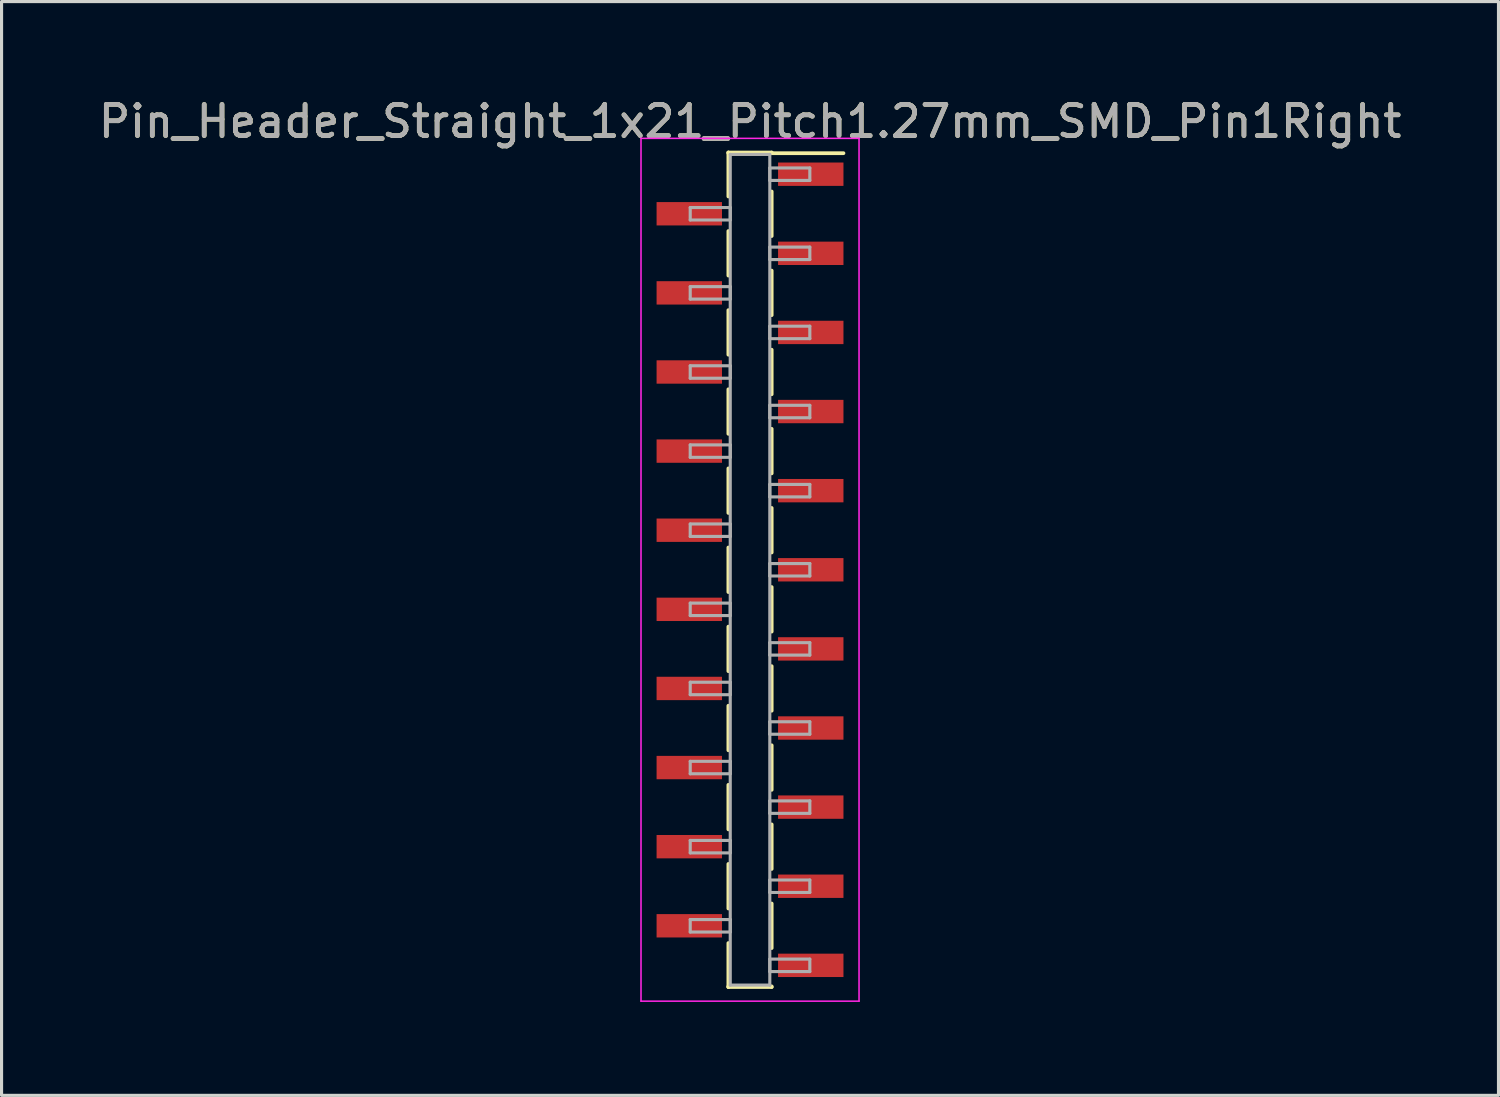
<source format=kicad_pcb>
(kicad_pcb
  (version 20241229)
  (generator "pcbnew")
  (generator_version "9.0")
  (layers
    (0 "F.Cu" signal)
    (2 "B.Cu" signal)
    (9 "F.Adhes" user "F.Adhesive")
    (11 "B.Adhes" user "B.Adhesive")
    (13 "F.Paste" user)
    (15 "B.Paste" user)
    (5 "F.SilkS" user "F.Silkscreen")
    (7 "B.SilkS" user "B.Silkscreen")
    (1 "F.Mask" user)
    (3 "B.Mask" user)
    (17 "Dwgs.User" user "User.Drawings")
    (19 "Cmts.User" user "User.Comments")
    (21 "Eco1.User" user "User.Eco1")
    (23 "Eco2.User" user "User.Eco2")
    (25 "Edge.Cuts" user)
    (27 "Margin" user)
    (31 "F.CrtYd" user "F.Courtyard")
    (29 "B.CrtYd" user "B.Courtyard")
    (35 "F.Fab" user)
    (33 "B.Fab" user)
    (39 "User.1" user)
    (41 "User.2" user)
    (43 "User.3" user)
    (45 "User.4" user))
  (footprint "Pin_Header_Straight_1x21_Pitch1.27mm_SMD_Pin1Right"
    (layer "F.Cu")
    (at 21.03 15.243)
    (property "Reference" "Pin_Header_Straight_1x21_Pitch1.27mm_SMD_Pin1Right" (at 0 -14.395 0) (layer "F.SilkS") (effects (font (size 1 1) (thickness 0.15))))
    (attr smd)
    (fp_line (start -0.695 -13.395) (end -0.695 -11.985) (stroke (width 0.12) (type solid)) (layer "F.SilkS"))
    (fp_line (start -0.695 -13.395) (end 0.695 -13.395) (stroke (width 0.12) (type solid)) (layer "F.SilkS"))
    (fp_line (start -0.695 -13.375) (end -0.695 -13.395) (stroke (width 0.12) (type solid)) (layer "F.SilkS"))
    (fp_line (start -0.695 -10.875) (end -0.695 -9.445) (stroke (width 0.12) (type solid)) (layer "F.SilkS"))
    (fp_line (start -0.695 -8.335) (end -0.695 -6.905) (stroke (width 0.12) (type solid)) (layer "F.SilkS"))
    (fp_line (start -0.695 -5.795) (end -0.695 -4.365) (stroke (width 0.12) (type solid)) (layer "F.SilkS"))
    (fp_line (start -0.695 -3.255) (end -0.695 -1.825) (stroke (width 0.12) (type solid)) (layer "F.SilkS"))
    (fp_line (start -0.695 -0.715) (end -0.695 0.715) (stroke (width 0.12) (type solid)) (layer "F.SilkS"))
    (fp_line (start -0.695 1.825) (end -0.695 3.255) (stroke (width 0.12) (type solid)) (layer "F.SilkS"))
    (fp_line (start -0.695 4.365) (end -0.695 5.795) (stroke (width 0.12) (type solid)) (layer "F.SilkS"))
    (fp_line (start -0.695 6.905) (end -0.695 8.335) (stroke (width 0.12) (type solid)) (layer "F.SilkS"))
    (fp_line (start -0.695 9.445) (end -0.695 10.875) (stroke (width 0.12) (type solid)) (layer "F.SilkS"))
    (fp_line (start -0.695 11.985) (end -0.695 13.395) (stroke (width 0.12) (type solid)) (layer "F.SilkS"))
    (fp_line (start -0.695 13.375) (end -0.695 13.395) (stroke (width 0.12) (type solid)) (layer "F.SilkS"))
    (fp_line (start -0.695 13.395) (end 0.695 13.395) (stroke (width 0.12) (type solid)) (layer "F.SilkS"))
    (fp_line (start 0.695 -13.395) (end 0.695 -13.375) (stroke (width 0.12) (type solid)) (layer "F.SilkS"))
    (fp_line (start 0.695 -13.375) (end 3 -13.375) (stroke (width 0.12) (type solid)) (layer "F.SilkS"))
    (fp_line (start 0.695 -12.145) (end 0.695 -10.715) (stroke (width 0.12) (type solid)) (layer "F.SilkS"))
    (fp_line (start 0.695 -9.605) (end 0.695 -8.175) (stroke (width 0.12) (type solid)) (layer "F.SilkS"))
    (fp_line (start 0.695 -7.065) (end 0.695 -5.635) (stroke (width 0.12) (type solid)) (layer "F.SilkS"))
    (fp_line (start 0.695 -4.525) (end 0.695 -3.095) (stroke (width 0.12) (type solid)) (layer "F.SilkS"))
    (fp_line (start 0.695 -1.985) (end 0.695 -0.555) (stroke (width 0.12) (type solid)) (layer "F.SilkS"))
    (fp_line (start 0.695 0.555) (end 0.695 1.985) (stroke (width 0.12) (type solid)) (layer "F.SilkS"))
    (fp_line (start 0.695 3.095) (end 0.695 4.525) (stroke (width 0.12) (type solid)) (layer "F.SilkS"))
    (fp_line (start 0.695 5.635) (end 0.695 7.065) (stroke (width 0.12) (type solid)) (layer "F.SilkS"))
    (fp_line (start 0.695 8.175) (end 0.695 9.605) (stroke (width 0.12) (type solid)) (layer "F.SilkS"))
    (fp_line (start 0.695 10.715) (end 0.695 12.145) (stroke (width 0.12) (type solid)) (layer "F.SilkS"))
    (fp_line (start 0.695 13.395) (end 0.695 13.375) (stroke (width 0.12) (type solid)) (layer "F.SilkS"))
    (fp_line (start -3.5 -13.85) (end -3.5 13.85) (stroke (width 0.05) (type solid)) (layer "F.CrtYd"))
    (fp_line (start -3.5 13.85) (end 3.5 13.85) (stroke (width 0.05) (type solid)) (layer "F.CrtYd"))
    (fp_line (start 3.5 -13.85) (end -3.5 -13.85) (stroke (width 0.05) (type solid)) (layer "F.CrtYd"))
    (fp_line (start 3.5 13.85) (end 3.5 -13.85) (stroke (width 0.05) (type solid)) (layer "F.CrtYd"))
    (fp_line (start -1.92 -11.63) (end -0.635 -11.63) (stroke (width 0.1) (type solid)) (layer "F.Fab"))
    (fp_line (start -1.92 -11.23) (end -1.92 -11.63) (stroke (width 0.1) (type solid)) (layer "F.Fab"))
    (fp_line (start -1.92 -9.09) (end -0.635 -9.09) (stroke (width 0.1) (type solid)) (layer "F.Fab"))
    (fp_line (start -1.92 -8.69) (end -1.92 -9.09) (stroke (width 0.1) (type solid)) (layer "F.Fab"))
    (fp_line (start -1.92 -6.55) (end -0.635 -6.55) (stroke (width 0.1) (type solid)) (layer "F.Fab"))
    (fp_line (start -1.92 -6.15) (end -1.92 -6.55) (stroke (width 0.1) (type solid)) (layer "F.Fab"))
    (fp_line (start -1.92 -4.01) (end -0.635 -4.01) (stroke (width 0.1) (type solid)) (layer "F.Fab"))
    (fp_line (start -1.92 -3.61) (end -1.92 -4.01) (stroke (width 0.1) (type solid)) (layer "F.Fab"))
    (fp_line (start -1.92 -1.47) (end -0.635 -1.47) (stroke (width 0.1) (type solid)) (layer "F.Fab"))
    (fp_line (start -1.92 -1.07) (end -1.92 -1.47) (stroke (width 0.1) (type solid)) (layer "F.Fab"))
    (fp_line (start -1.92 1.07) (end -0.635 1.07) (stroke (width 0.1) (type solid)) (layer "F.Fab"))
    (fp_line (start -1.92 1.47) (end -1.92 1.07) (stroke (width 0.1) (type solid)) (layer "F.Fab"))
    (fp_line (start -1.92 3.61) (end -0.635 3.61) (stroke (width 0.1) (type solid)) (layer "F.Fab"))
    (fp_line (start -1.92 4.01) (end -1.92 3.61) (stroke (width 0.1) (type solid)) (layer "F.Fab"))
    (fp_line (start -1.92 6.15) (end -0.635 6.15) (stroke (width 0.1) (type solid)) (layer "F.Fab"))
    (fp_line (start -1.92 6.55) (end -1.92 6.15) (stroke (width 0.1) (type solid)) (layer "F.Fab"))
    (fp_line (start -1.92 8.69) (end -0.635 8.69) (stroke (width 0.1) (type solid)) (layer "F.Fab"))
    (fp_line (start -1.92 9.09) (end -1.92 8.69) (stroke (width 0.1) (type solid)) (layer "F.Fab"))
    (fp_line (start -1.92 11.23) (end -0.635 11.23) (stroke (width 0.1) (type solid)) (layer "F.Fab"))
    (fp_line (start -1.92 11.63) (end -1.92 11.23) (stroke (width 0.1) (type solid)) (layer "F.Fab"))
    (fp_line (start -0.635 -13.335) (end -0.635 13.335) (stroke (width 0.1) (type solid)) (layer "F.Fab"))
    (fp_line (start -0.635 -11.63) (end -0.635 -11.23) (stroke (width 0.1) (type solid)) (layer "F.Fab"))
    (fp_line (start -0.635 -11.23) (end -1.92 -11.23) (stroke (width 0.1) (type solid)) (layer "F.Fab"))
    (fp_line (start -0.635 -9.09) (end -0.635 -8.69) (stroke (width 0.1) (type solid)) (layer "F.Fab"))
    (fp_line (start -0.635 -8.69) (end -1.92 -8.69) (stroke (width 0.1) (type solid)) (layer "F.Fab"))
    (fp_line (start -0.635 -6.55) (end -0.635 -6.15) (stroke (width 0.1) (type solid)) (layer "F.Fab"))
    (fp_line (start -0.635 -6.15) (end -1.92 -6.15) (stroke (width 0.1) (type solid)) (layer "F.Fab"))
    (fp_line (start -0.635 -4.01) (end -0.635 -3.61) (stroke (width 0.1) (type solid)) (layer "F.Fab"))
    (fp_line (start -0.635 -3.61) (end -1.92 -3.61) (stroke (width 0.1) (type solid)) (layer "F.Fab"))
    (fp_line (start -0.635 -1.47) (end -0.635 -1.07) (stroke (width 0.1) (type solid)) (layer "F.Fab"))
    (fp_line (start -0.635 -1.07) (end -1.92 -1.07) (stroke (width 0.1) (type solid)) (layer "F.Fab"))
    (fp_line (start -0.635 1.07) (end -0.635 1.47) (stroke (width 0.1) (type solid)) (layer "F.Fab"))
    (fp_line (start -0.635 1.47) (end -1.92 1.47) (stroke (width 0.1) (type solid)) (layer "F.Fab"))
    (fp_line (start -0.635 3.61) (end -0.635 4.01) (stroke (width 0.1) (type solid)) (layer "F.Fab"))
    (fp_line (start -0.635 4.01) (end -1.92 4.01) (stroke (width 0.1) (type solid)) (layer "F.Fab"))
    (fp_line (start -0.635 6.15) (end -0.635 6.55) (stroke (width 0.1) (type solid)) (layer "F.Fab"))
    (fp_line (start -0.635 6.55) (end -1.92 6.55) (stroke (width 0.1) (type solid)) (layer "F.Fab"))
    (fp_line (start -0.635 8.69) (end -0.635 9.09) (stroke (width 0.1) (type solid)) (layer "F.Fab"))
    (fp_line (start -0.635 9.09) (end -1.92 9.09) (stroke (width 0.1) (type solid)) (layer "F.Fab"))
    (fp_line (start -0.635 11.23) (end -0.635 11.63) (stroke (width 0.1) (type solid)) (layer "F.Fab"))
    (fp_line (start -0.635 11.63) (end -1.92 11.63) (stroke (width 0.1) (type solid)) (layer "F.Fab"))
    (fp_line (start -0.635 13.335) (end 0.635 13.335) (stroke (width 0.1) (type solid)) (layer "F.Fab"))
    (fp_line (start 0.635 -13.335) (end -0.635 -13.335) (stroke (width 0.1) (type solid)) (layer "F.Fab"))
    (fp_line (start 0.635 -12.9) (end 0.635 -12.5) (stroke (width 0.1) (type solid)) (layer "F.Fab"))
    (fp_line (start 0.635 -12.5) (end 1.92 -12.5) (stroke (width 0.1) (type solid)) (layer "F.Fab"))
    (fp_line (start 0.635 -10.36) (end 0.635 -9.96) (stroke (width 0.1) (type solid)) (layer "F.Fab"))
    (fp_line (start 0.635 -9.96) (end 1.92 -9.96) (stroke (width 0.1) (type solid)) (layer "F.Fab"))
    (fp_line (start 0.635 -7.82) (end 0.635 -7.42) (stroke (width 0.1) (type solid)) (layer "F.Fab"))
    (fp_line (start 0.635 -7.42) (end 1.92 -7.42) (stroke (width 0.1) (type solid)) (layer "F.Fab"))
    (fp_line (start 0.635 -5.28) (end 0.635 -4.88) (stroke (width 0.1) (type solid)) (layer "F.Fab"))
    (fp_line (start 0.635 -4.88) (end 1.92 -4.88) (stroke (width 0.1) (type solid)) (layer "F.Fab"))
    (fp_line (start 0.635 -2.74) (end 0.635 -2.34) (stroke (width 0.1) (type solid)) (layer "F.Fab"))
    (fp_line (start 0.635 -2.34) (end 1.92 -2.34) (stroke (width 0.1) (type solid)) (layer "F.Fab"))
    (fp_line (start 0.635 -0.2) (end 0.635 0.2) (stroke (width 0.1) (type solid)) (layer "F.Fab"))
    (fp_line (start 0.635 0.2) (end 1.92 0.2) (stroke (width 0.1) (type solid)) (layer "F.Fab"))
    (fp_line (start 0.635 2.34) (end 0.635 2.74) (stroke (width 0.1) (type solid)) (layer "F.Fab"))
    (fp_line (start 0.635 2.74) (end 1.92 2.74) (stroke (width 0.1) (type solid)) (layer "F.Fab"))
    (fp_line (start 0.635 4.88) (end 0.635 5.28) (stroke (width 0.1) (type solid)) (layer "F.Fab"))
    (fp_line (start 0.635 5.28) (end 1.92 5.28) (stroke (width 0.1) (type solid)) (layer "F.Fab"))
    (fp_line (start 0.635 7.42) (end 0.635 7.82) (stroke (width 0.1) (type solid)) (layer "F.Fab"))
    (fp_line (start 0.635 7.82) (end 1.92 7.82) (stroke (width 0.1) (type solid)) (layer "F.Fab"))
    (fp_line (start 0.635 9.96) (end 0.635 10.36) (stroke (width 0.1) (type solid)) (layer "F.Fab"))
    (fp_line (start 0.635 10.36) (end 1.92 10.36) (stroke (width 0.1) (type solid)) (layer "F.Fab"))
    (fp_line (start 0.635 12.5) (end 0.635 12.9) (stroke (width 0.1) (type solid)) (layer "F.Fab"))
    (fp_line (start 0.635 12.9) (end 1.92 12.9) (stroke (width 0.1) (type solid)) (layer "F.Fab"))
    (fp_line (start 0.635 13.335) (end 0.635 -13.335) (stroke (width 0.1) (type solid)) (layer "F.Fab"))
    (fp_line (start 1.92 -12.9) (end 0.635 -12.9) (stroke (width 0.1) (type solid)) (layer "F.Fab"))
    (fp_line (start 1.92 -12.5) (end 1.92 -12.9) (stroke (width 0.1) (type solid)) (layer "F.Fab"))
    (fp_line (start 1.92 -10.36) (end 0.635 -10.36) (stroke (width 0.1) (type solid)) (layer "F.Fab"))
    (fp_line (start 1.92 -9.96) (end 1.92 -10.36) (stroke (width 0.1) (type solid)) (layer "F.Fab"))
    (fp_line (start 1.92 -7.82) (end 0.635 -7.82) (stroke (width 0.1) (type solid)) (layer "F.Fab"))
    (fp_line (start 1.92 -7.42) (end 1.92 -7.82) (stroke (width 0.1) (type solid)) (layer "F.Fab"))
    (fp_line (start 1.92 -5.28) (end 0.635 -5.28) (stroke (width 0.1) (type solid)) (layer "F.Fab"))
    (fp_line (start 1.92 -4.88) (end 1.92 -5.28) (stroke (width 0.1) (type solid)) (layer "F.Fab"))
    (fp_line (start 1.92 -2.74) (end 0.635 -2.74) (stroke (width 0.1) (type solid)) (layer "F.Fab"))
    (fp_line (start 1.92 -2.34) (end 1.92 -2.74) (stroke (width 0.1) (type solid)) (layer "F.Fab"))
    (fp_line (start 1.92 -0.2) (end 0.635 -0.2) (stroke (width 0.1) (type solid)) (layer "F.Fab"))
    (fp_line (start 1.92 0.2) (end 1.92 -0.2) (stroke (width 0.1) (type solid)) (layer "F.Fab"))
    (fp_line (start 1.92 2.34) (end 0.635 2.34) (stroke (width 0.1) (type solid)) (layer "F.Fab"))
    (fp_line (start 1.92 2.74) (end 1.92 2.34) (stroke (width 0.1) (type solid)) (layer "F.Fab"))
    (fp_line (start 1.92 4.88) (end 0.635 4.88) (stroke (width 0.1) (type solid)) (layer "F.Fab"))
    (fp_line (start 1.92 5.28) (end 1.92 4.88) (stroke (width 0.1) (type solid)) (layer "F.Fab"))
    (fp_line (start 1.92 7.42) (end 0.635 7.42) (stroke (width 0.1) (type solid)) (layer "F.Fab"))
    (fp_line (start 1.92 7.82) (end 1.92 7.42) (stroke (width 0.1) (type solid)) (layer "F.Fab"))
    (fp_line (start 1.92 9.96) (end 0.635 9.96) (stroke (width 0.1) (type solid)) (layer "F.Fab"))
    (fp_line (start 1.92 10.36) (end 1.92 9.96) (stroke (width 0.1) (type solid)) (layer "F.Fab"))
    (fp_line (start 1.92 12.5) (end 0.635 12.5) (stroke (width 0.1) (type solid)) (layer "F.Fab"))
    (fp_line (start 1.92 12.9) (end 1.92 12.5) (stroke (width 0.1) (type solid)) (layer "F.Fab"))
    (fp_text user "${REFERENCE}" (at 0 -14.395 0) (layer "F.Fab") (effects (font (size 1 1) (thickness 0.15))))
    (pad "1" smd rect (at 1.95 -12.7) (size 2.1 0.75) (layers "F.Cu" "F.Mask" "F.Paste"))
    (pad "2" smd rect (at -1.95 -11.43) (size 2.1 0.75) (layers "F.Cu" "F.Mask" "F.Paste"))
    (pad "3" smd rect (at 1.95 -10.16) (size 2.1 0.75) (layers "F.Cu" "F.Mask" "F.Paste"))
    (pad "4" smd rect (at -1.95 -8.89) (size 2.1 0.75) (layers "F.Cu" "F.Mask" "F.Paste"))
    (pad "5" smd rect (at 1.95 -7.62) (size 2.1 0.75) (layers "F.Cu" "F.Mask" "F.Paste"))
    (pad "6" smd rect (at -1.95 -6.35) (size 2.1 0.75) (layers "F.Cu" "F.Mask" "F.Paste"))
    (pad "7" smd rect (at 1.95 -5.08) (size 2.1 0.75) (layers "F.Cu" "F.Mask" "F.Paste"))
    (pad "8" smd rect (at -1.95 -3.81) (size 2.1 0.75) (layers "F.Cu" "F.Mask" "F.Paste"))
    (pad "9" smd rect (at 1.95 -2.54) (size 2.1 0.75) (layers "F.Cu" "F.Mask" "F.Paste"))
    (pad "10" smd rect (at -1.95 -1.27) (size 2.1 0.75) (layers "F.Cu" "F.Mask" "F.Paste"))
    (pad "11" smd rect (at 1.95 0) (size 2.1 0.75) (layers "F.Cu" "F.Mask" "F.Paste"))
    (pad "12" smd rect (at -1.95 1.27) (size 2.1 0.75) (layers "F.Cu" "F.Mask" "F.Paste"))
    (pad "13" smd rect (at 1.95 2.54) (size 2.1 0.75) (layers "F.Cu" "F.Mask" "F.Paste"))
    (pad "14" smd rect (at -1.95 3.81) (size 2.1 0.75) (layers "F.Cu" "F.Mask" "F.Paste"))
    (pad "15" smd rect (at 1.95 5.08) (size 2.1 0.75) (layers "F.Cu" "F.Mask" "F.Paste"))
    (pad "16" smd rect (at -1.95 6.35) (size 2.1 0.75) (layers "F.Cu" "F.Mask" "F.Paste"))
    (pad "17" smd rect (at 1.95 7.62) (size 2.1 0.75) (layers "F.Cu" "F.Mask" "F.Paste"))
    (pad "18" smd rect (at -1.95 8.89) (size 2.1 0.75) (layers "F.Cu" "F.Mask" "F.Paste"))
    (pad "19" smd rect (at 1.95 10.16) (size 2.1 0.75) (layers "F.Cu" "F.Mask" "F.Paste"))
    (pad "20" smd rect (at -1.95 11.43) (size 2.1 0.75) (layers "F.Cu" "F.Mask" "F.Paste"))
    (pad "21" smd rect (at 1.95 12.7) (size 2.1 0.75) (layers "F.Cu" "F.Mask" "F.Paste")))
  (gr_rect
    (start -3 -3)
    (end 45.06 32.118)
    (stroke (width 0.1) (type default))
    (fill no)
    (layer "Edge.Cuts")))
</source>
